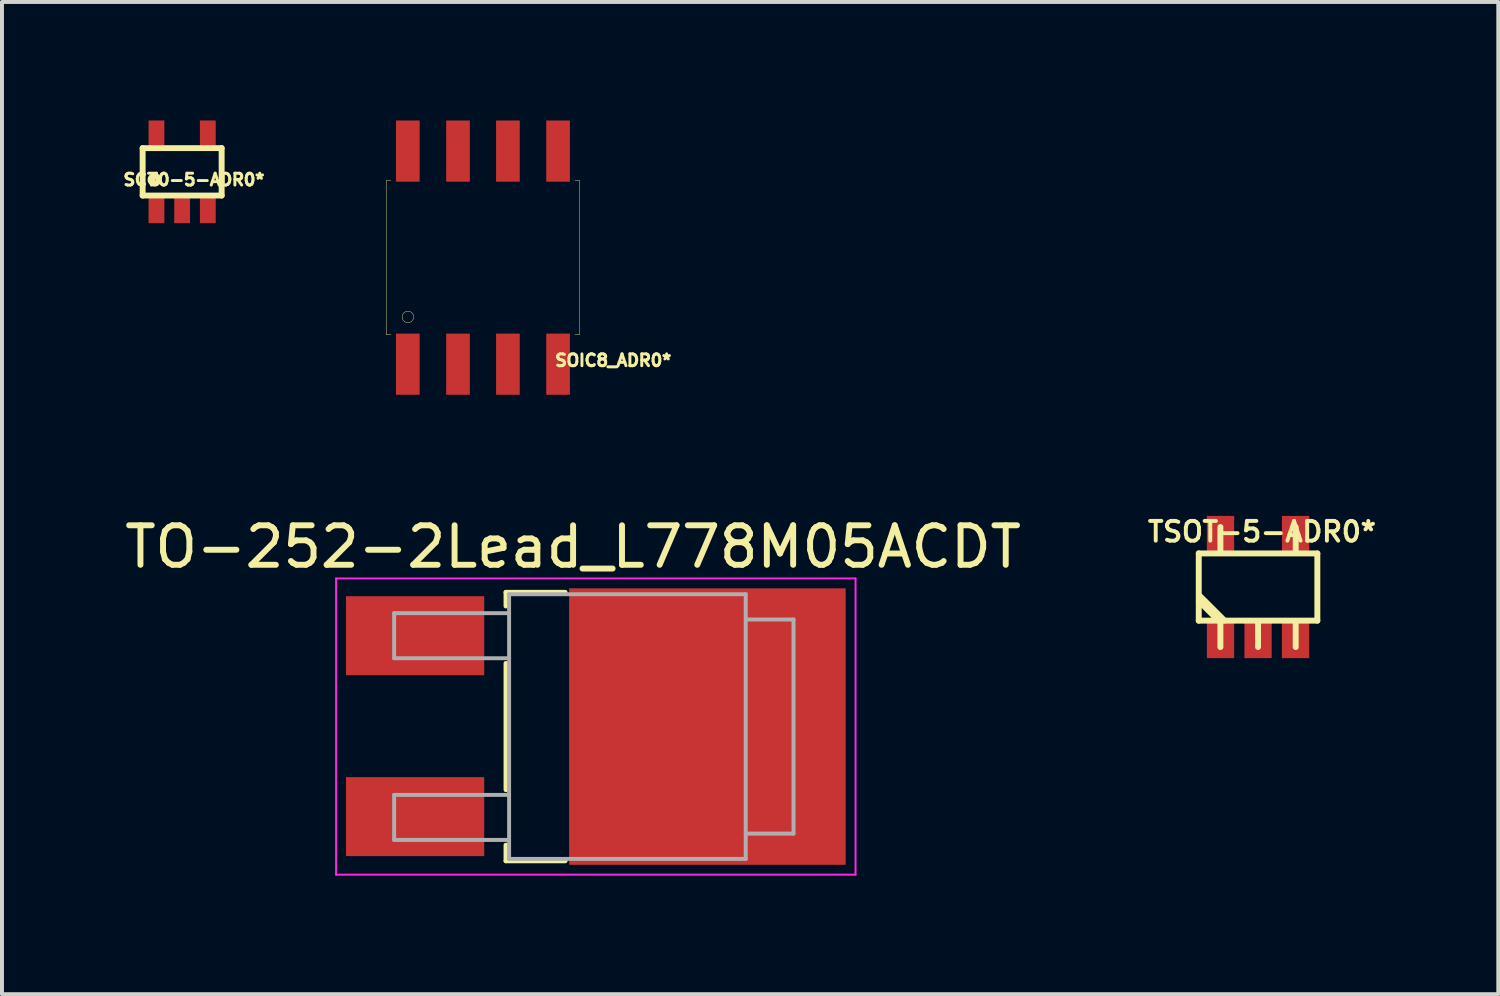
<source format=kicad_pcb>
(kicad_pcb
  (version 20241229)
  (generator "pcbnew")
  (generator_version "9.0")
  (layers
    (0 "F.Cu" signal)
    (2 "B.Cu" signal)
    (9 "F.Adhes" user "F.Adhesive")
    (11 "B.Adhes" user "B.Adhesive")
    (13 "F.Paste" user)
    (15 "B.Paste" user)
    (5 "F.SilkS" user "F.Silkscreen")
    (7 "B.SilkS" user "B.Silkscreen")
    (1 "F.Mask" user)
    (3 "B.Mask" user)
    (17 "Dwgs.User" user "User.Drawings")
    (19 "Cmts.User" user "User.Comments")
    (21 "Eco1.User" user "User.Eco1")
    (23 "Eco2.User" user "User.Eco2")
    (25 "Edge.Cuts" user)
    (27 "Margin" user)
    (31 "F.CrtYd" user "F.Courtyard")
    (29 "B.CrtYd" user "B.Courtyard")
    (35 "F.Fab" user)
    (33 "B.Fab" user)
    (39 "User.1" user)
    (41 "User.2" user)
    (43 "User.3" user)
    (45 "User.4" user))
  (footprint "SOIC8_ADR0*"
    (layer "F.Cu")
    (at 9.176 3.472)
    (property "Reference" "SOIC8_ADR0*" (at 3.299 2.601 0) (layer "F.SilkS") (effects (font (size 0.3 0.3) (thickness 0.076))))
    (attr through_hole)
    (fp_line (start -2.449 -1.948) (end -2.449 1.948) (stroke (width 0.01) (type solid)) (layer "F.SilkS"))
    (fp_line (start -2.449 -1.948) (end -2.329 -1.948) (stroke (width 0.01) (type solid)) (layer "F.SilkS"))
    (fp_line (start -2.449 1.948) (end -2.329 1.948) (stroke (width 0.01) (type solid)) (layer "F.SilkS"))
    (fp_line (start 2.329 -1.948) (end 2.449 -1.948) (stroke (width 0.01) (type solid)) (layer "F.SilkS"))
    (fp_line (start 2.329 1.948) (end 2.449 1.948) (stroke (width 0.01) (type solid)) (layer "F.SilkS"))
    (fp_line (start 2.449 -1.948) (end 2.449 1.948) (stroke (width 0.01) (type solid)) (layer "F.SilkS"))
    (fp_circle (center -1.9 1.501) (end -1.826 1.626) (stroke (width 0.01) (type solid)) (fill no) (layer "F.SilkS"))
    (pad "GND" smd rect (at 1.902 2.697 180) (size 0.599 1.549) (layers "F.Cu" "F.Mask" "F.Paste"))
    (pad "TEMP" smd rect (at 0.632 2.697 180) (size 0.599 1.549) (layers "F.Cu" "F.Mask" "F.Paste"))
    (pad "TRIM" smd rect (at 1.902 -2.697) (size 0.599 1.549) (layers "F.Cu" "F.Mask" "F.Paste"))
    (pad "VIN" smd rect (at -0.632 2.697 180) (size 0.599 1.549) (layers "F.Cu" "F.Mask" "F.Paste"))
    (pad "VOUT" smd rect (at 0.632 -2.697) (size 0.599 1.549) (layers "F.Cu" "F.Mask" "F.Paste"))
    (pad "~" smd rect (at -1.902 -2.697) (size 0.599 1.549) (layers "F.Cu" "F.Mask" "F.Paste"))
    (pad "~" smd rect (at -1.902 2.697 180) (size 0.599 1.549) (layers "F.Cu" "F.Mask" "F.Paste"))
    (pad "~" smd rect (at -0.632 -2.697) (size 0.599 1.549) (layers "F.Cu" "F.Mask" "F.Paste")))
  (footprint "TO-252-2Lead_L778M05ACDT"
    (layer "F.Cu")
    (at 11.158 15.333)
    (property "Reference" "TO-252-2Lead_L778M05ACDT" (at 0.3 -4.54 0) (layer "F.SilkS") (effects (font (size 1 1) (thickness 0.15))))
    (attr smd)
    (fp_line (start -1.4 -3.39) (end 0.1 -3.39) (stroke (width 0.12) (type solid)) (layer "F.SilkS"))
    (fp_line (start -1.4 -3.04) (end -1.4 -3.39) (stroke (width 0.12) (type solid)) (layer "F.SilkS"))
    (fp_line (start -1.4 1.61) (end -1.4 -1.59) (stroke (width 0.12) (type solid)) (layer "F.SilkS"))
    (fp_line (start -1.4 3.41) (end -1.4 3.01) (stroke (width 0.12) (type solid)) (layer "F.SilkS"))
    (fp_line (start 0.1 3.41) (end -1.4 3.41) (stroke (width 0.12) (type solid)) (layer "F.SilkS"))
    (fp_line (start -5.7 3.76) (end -5.7 -3.74) (stroke (width 0.05) (type solid)) (layer "F.CrtYd"))
    (fp_line (start -5.7 3.76) (end 7.45 3.76) (stroke (width 0.05) (type solid)) (layer "F.CrtYd"))
    (fp_line (start 7.45 -3.74) (end -5.7 -3.74) (stroke (width 0.05) (type solid)) (layer "F.CrtYd"))
    (fp_line (start 7.45 -3.74) (end 7.45 3.76) (stroke (width 0.05) (type solid)) (layer "F.CrtYd"))
    (fp_line (start -4.23 -2.86) (end -4.23 -1.72) (stroke (width 0.1) (type solid)) (layer "F.Fab"))
    (fp_line (start -4.23 -1.72) (end -1.32 -1.72) (stroke (width 0.1) (type solid)) (layer "F.Fab"))
    (fp_line (start -4.23 1.74) (end -4.23 2.88) (stroke (width 0.1) (type solid)) (layer "F.Fab"))
    (fp_line (start -4.23 2.88) (end -1.32 2.88) (stroke (width 0.1) (type solid)) (layer "F.Fab"))
    (fp_line (start -1.32 -2.86) (end -4.23 -2.86) (stroke (width 0.1) (type solid)) (layer "F.Fab"))
    (fp_line (start -1.32 1.74) (end -4.23 1.74) (stroke (width 0.1) (type solid)) (layer "F.Fab"))
    (fp_line (start -1.32 3.36) (end -1.32 -3.34) (stroke (width 0.1) (type solid)) (layer "F.Fab"))
    (fp_line (start -1.32 3.36) (end 4.67 3.36) (stroke (width 0.1) (type solid)) (layer "F.Fab"))
    (fp_line (start 4.67 -3.34) (end -1.32 -3.34) (stroke (width 0.1) (type solid)) (layer "F.Fab"))
    (fp_line (start 4.67 3.36) (end 4.67 -3.34) (stroke (width 0.1) (type solid)) (layer "F.Fab"))
    (fp_line (start 4.68 -2.7) (end 5.88 -2.7) (stroke (width 0.1) (type solid)) (layer "F.Fab"))
    (fp_line (start 5.88 -2.7) (end 5.88 2.72) (stroke (width 0.1) (type solid)) (layer "F.Fab"))
    (fp_line (start 5.88 2.72) (end 4.67 2.72) (stroke (width 0.1) (type solid)) (layer "F.Fab"))
    (pad "1" smd rect (at -3.7 -2.29 270) (size 2 3.5) (layers "F.Cu" "F.Mask" "F.Paste"))
    (pad "2" smd rect (at 3.7 0.01 270) (size 7 7) (layers "F.Cu" "F.Mask" "F.Paste"))
    (pad "3" smd rect (at -3.7 2.29 270) (size 2 3.5) (layers "F.Cu" "F.Mask" "F.Paste")))
  (footprint "TSOT-5-ADR0*"
    (layer "F.Cu")
    (at 28.798 11.811)
    (property "Reference" "TSOT-5-ADR0*" (at 0.1 -1.4 0) (layer "F.SilkS") (effects (font (size 0.5 0.5) (thickness 0.099))))
    (attr smd)
    (fp_line (start -1.501 -0.851) (end 1.501 -0.851) (stroke (width 0.15) (type solid)) (layer "F.SilkS"))
    (fp_line (start -1.501 0.851) (end -1.501 -0.851) (stroke (width 0.15) (type solid)) (layer "F.SilkS"))
    (fp_line (start -1.003 0.848) (end -1.499 0.353) (stroke (width 0.15) (type solid)) (layer "F.SilkS"))
    (fp_line (start -0.953 -0.859) (end -0.953 -1.519) (stroke (width 0.15) (type solid)) (layer "F.SilkS"))
    (fp_line (start -0.953 0.859) (end -0.953 1.519) (stroke (width 0.15) (type solid)) (layer "F.SilkS"))
    (fp_line (start -0.851 0.848) (end -1.499 0.201) (stroke (width 0.15) (type solid)) (layer "F.SilkS"))
    (fp_line (start 0 0.859) (end 0 1.519) (stroke (width 0.15) (type solid)) (layer "F.SilkS"))
    (fp_line (start 0.953 -0.859) (end 0.953 -1.519) (stroke (width 0.15) (type solid)) (layer "F.SilkS"))
    (fp_line (start 0.953 0.859) (end 0.953 1.519) (stroke (width 0.15) (type solid)) (layer "F.SilkS"))
    (fp_line (start 1.501 -0.851) (end 1.501 0.851) (stroke (width 0.15) (type solid)) (layer "F.SilkS"))
    (fp_line (start 1.501 0.851) (end -1.501 0.851) (stroke (width 0.15) (type solid)) (layer "F.SilkS"))
    (pad "GND" smd rect (at 0 1.3) (size 0.691 1.001) (layers "F.Cu" "F.Mask" "F.Paste"))
    (pad "TEMP" smd rect (at -0.95 1.3) (size 0.691 1.001) (layers "F.Cu" "F.Mask" "F.Paste"))
    (pad "TRIM" smd rect (at -0.95 -1.3) (size 0.691 1.001) (layers "F.Cu" "F.Mask" "F.Paste"))
    (pad "VIN" smd rect (at 0.95 1.3) (size 0.691 1.001) (layers "F.Cu" "F.Mask" "F.Paste"))
    (pad "VOUT" smd rect (at 0.95 -1.3) (size 0.691 1.001) (layers "F.Cu" "F.Mask" "F.Paste")))
  (footprint "SC70-5-ADR0*"
    (layer "F.Cu")
    (at 1.561 1.3)
    (property "Reference" "SC70-5-ADR0*" (at 0.3 0.2 0) (layer "F.SilkS") (effects (font (size 0.3 0.3) (thickness 0.075))))
    (attr through_hole)
    (fp_line (start -1 -0.6) (end 1 -0.6) (stroke (width 0.15) (type solid)) (layer "F.SilkS"))
    (fp_line (start -1 0.6) (end -1 -0.6) (stroke (width 0.15) (type solid)) (layer "F.SilkS"))
    (fp_line (start 1 -0.6) (end 1 0.6) (stroke (width 0.15) (type solid)) (layer "F.SilkS"))
    (fp_line (start 1 0.6) (end -1 0.6) (stroke (width 0.15) (type solid)) (layer "F.SilkS"))
    (fp_circle (center -0.7 0.2) (end -0.7 0.3) (stroke (width 0.15) (type solid)) (fill no) (layer "F.SilkS"))
    (pad "GND" smd rect (at 0 0.95) (size 0.4 0.7) (layers "F.Cu" "F.Mask" "F.Paste"))
    (pad "TEMP" smd rect (at -0.65 0.95) (size 0.4 0.7) (layers "F.Cu" "F.Mask" "F.Paste"))
    (pad "TRIM" smd rect (at -0.65 -0.95) (size 0.4 0.7) (layers "F.Cu" "F.Mask" "F.Paste"))
    (pad "VIN" smd rect (at 0.65 0.95) (size 0.4 0.7) (layers "F.Cu" "F.Mask" "F.Paste"))
    (pad "VOUT" smd rect (at 0.65 -0.95) (size 0.4 0.7) (layers "F.Cu" "F.Mask" "F.Paste")))
  (gr_rect
    (start -3 -3)
    (end 34.88 22.118)
    (stroke (width 0.1) (type default))
    (fill no)
    (layer "Edge.Cuts")))
</source>
